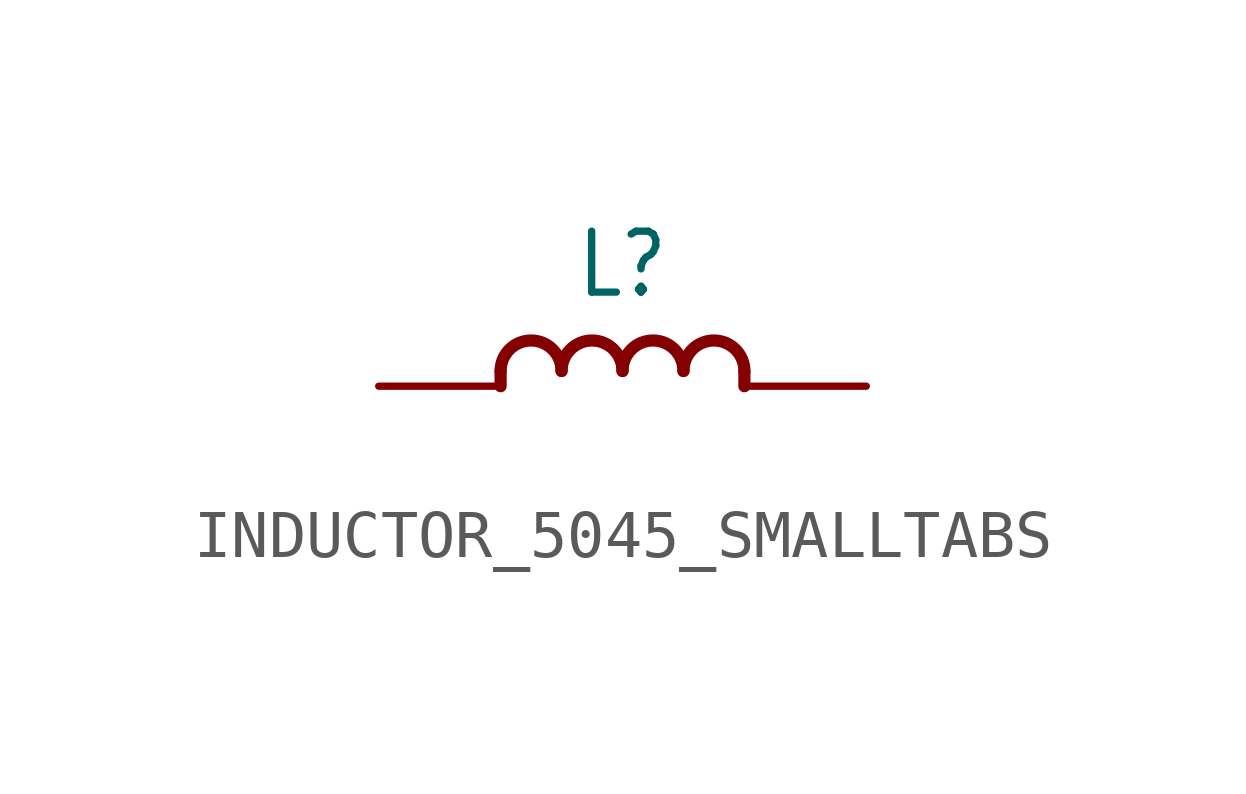
<source format=kicad_sym>
(kicad_symbol_lib
  (version 20241209)
  (generator "kicad_symbol_editor")
  (generator_version "9.0")
  (symbol "INDUCTOR_5045_SMALLTABS"
    (property "Reference" "L"
      (at 0 2.54 0)
      (effects (font (size 1.27 1.079))))
    (property "Value" ""
      (at 0 -1.54 0)
      (effects (font (size 1.27 1.079))))
    (property "ki_locked" ""
      (at 0 0 0)
      (effects (font (size 1.27 1.27))))
    (symbol "INDUCTOR_5045_SMALLTABS_1_0"
      (polyline (pts (xy -2.54 0.318) (xy -2.54 0)) (stroke (width 0.254) (type solid)) (fill (type none)))
      (arc (start -2.54 0.3175) (mid -1.905 0.9525) (end -1.27 0.3175) (stroke (width 0.254) (type solid)) (fill (type none)))
      (arc (start -1.27 0.3175) (mid -0.635 0.9525) (end 0 0.3175) (stroke (width 0.254) (type solid)) (fill (type none)))
      (arc (start 0 0.3175) (mid 0.635 0.9525) (end 1.27 0.3175) (stroke (width 0.254) (type solid)) (fill (type none)))
      (arc (start 1.27 0.3175) (mid 1.905 0.9525) (end 2.54 0.3175) (stroke (width 0.254) (type solid)) (fill (type none)))
      (polyline (pts (xy 2.54 0.318) (xy 2.54 0)) (stroke (width 0.254) (type solid)) (fill (type none)))
      (pin passive line (at -5.08 0 0) (length 2.54) (name "1" (effects (font (size 0 0)))) (number "1" (effects (font (size 0 0)))))
      (pin passive line (at 5.08 0 180) (length 2.54) (name "2" (effects (font (size 0 0)))) (number "2" (effects (font (size 0 0))))))))
</source>
